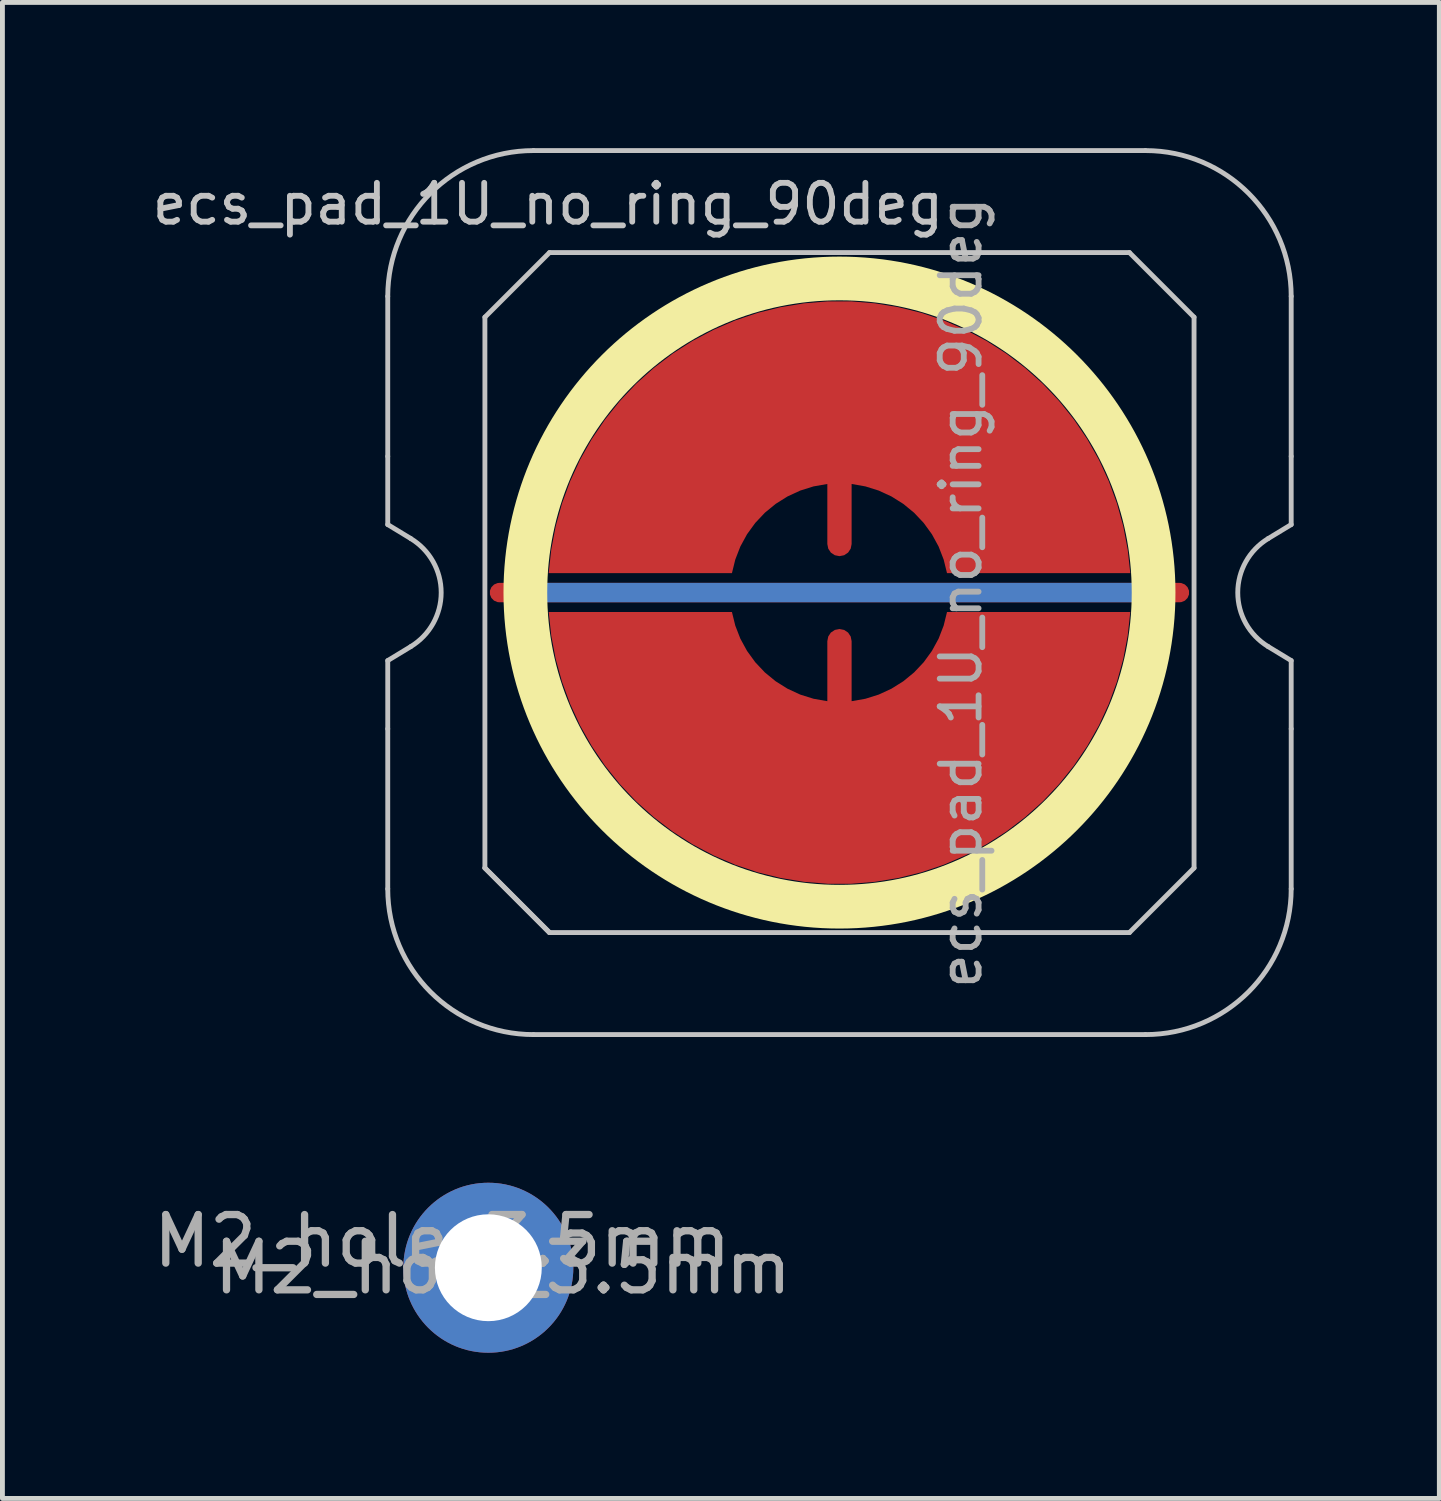
<source format=kicad_pcb>
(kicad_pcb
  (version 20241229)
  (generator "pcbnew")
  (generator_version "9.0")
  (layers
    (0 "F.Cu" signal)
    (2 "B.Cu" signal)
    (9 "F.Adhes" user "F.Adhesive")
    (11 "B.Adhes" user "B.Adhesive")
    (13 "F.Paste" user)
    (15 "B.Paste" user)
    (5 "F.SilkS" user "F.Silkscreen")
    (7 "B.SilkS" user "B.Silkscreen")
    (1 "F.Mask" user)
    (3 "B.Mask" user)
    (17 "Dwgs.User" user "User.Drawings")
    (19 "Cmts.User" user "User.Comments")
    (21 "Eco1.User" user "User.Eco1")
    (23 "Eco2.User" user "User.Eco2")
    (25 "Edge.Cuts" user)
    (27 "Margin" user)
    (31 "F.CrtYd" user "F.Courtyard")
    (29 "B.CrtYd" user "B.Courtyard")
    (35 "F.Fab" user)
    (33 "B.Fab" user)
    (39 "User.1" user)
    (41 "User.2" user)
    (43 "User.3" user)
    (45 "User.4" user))
  (footprint "ecs_pad_1U_no_ring_90deg"
    (layer "F.Cu")
    (at 14.233 9.15)
    (property "Reference" "ecs_pad_1U_no_ring_90deg" (at -6 -8 0) (layer "Dwgs.User") (effects (font (size 0.8 0.8) (thickness 0.12))))
    (attr smd exclude_from_bom)
    (fp_circle (center 0 0) (end 0 6.467) (stroke (width 0.9) (type solid)) (fill no) (layer "F.SilkS"))
    (fp_line (start -9.3 -2.805) (end -9.3 -6.1) (stroke (width 0.1) (type solid)) (layer "Dwgs.User"))
    (fp_line (start -9.3 -1.4) (end -9.3 -2.805) (stroke (width 0.1) (type solid)) (layer "Dwgs.User"))
    (fp_line (start -9.3 1.4) (end -8.824 1.111) (stroke (width 0.1) (type solid)) (layer "Dwgs.User"))
    (fp_line (start -9.3 2.805) (end -9.3 1.4) (stroke (width 0.1) (type solid)) (layer "Dwgs.User"))
    (fp_line (start -9.3 6.1) (end -9.3 2.805) (stroke (width 0.1) (type solid)) (layer "Dwgs.User"))
    (fp_line (start -8.824 -1.111) (end -9.3 -1.4) (stroke (width 0.1) (type solid)) (layer "Dwgs.User"))
    (fp_line (start -7.3 -5.67) (end -5.97 -7) (stroke (width 0.1) (type solid)) (layer "Dwgs.User"))
    (fp_line (start -7.3 5.67) (end -7.3 -5.67) (stroke (width 0.1) (type solid)) (layer "Dwgs.User"))
    (fp_line (start -7.3 5.67) (end -5.97 7) (stroke (width 0.1) (type solid)) (layer "Dwgs.User"))
    (fp_line (start -6.3 -9.1) (end 6.3 -9.1) (stroke (width 0.1) (type solid)) (layer "Dwgs.User"))
    (fp_line (start -5.97 -7) (end 5.97 -7) (stroke (width 0.1) (type solid)) (layer "Dwgs.User"))
    (fp_line (start -5.97 7) (end -7.3 5.67) (stroke (width 0.1) (type solid)) (layer "Dwgs.User"))
    (fp_line (start 5.97 -7) (end 7.3 -5.67) (stroke (width 0.1) (type solid)) (layer "Dwgs.User"))
    (fp_line (start 5.97 7) (end -5.97 7) (stroke (width 0.1) (type solid)) (layer "Dwgs.User"))
    (fp_line (start 6.3 9.1) (end -6.3 9.1) (stroke (width 0.1) (type solid)) (layer "Dwgs.User"))
    (fp_line (start 7.3 -5.67) (end 7.3 5.67) (stroke (width 0.1) (type solid)) (layer "Dwgs.User"))
    (fp_line (start 7.3 5.67) (end 5.97 7) (stroke (width 0.1) (type solid)) (layer "Dwgs.User"))
    (fp_line (start 8.824 1.111) (end 9.3 1.4) (stroke (width 0.1) (type solid)) (layer "Dwgs.User"))
    (fp_line (start 9.3 -6.1) (end 9.3 -2.805) (stroke (width 0.1) (type solid)) (layer "Dwgs.User"))
    (fp_line (start 9.3 -2.805) (end 9.3 -1.4) (stroke (width 0.1) (type solid)) (layer "Dwgs.User"))
    (fp_line (start 9.3 -1.4) (end 8.824 -1.111) (stroke (width 0.1) (type solid)) (layer "Dwgs.User"))
    (fp_line (start 9.3 1.4) (end 9.3 2.805) (stroke (width 0.1) (type solid)) (layer "Dwgs.User"))
    (fp_line (start 9.3 2.805) (end 9.3 6.1) (stroke (width 0.1) (type solid)) (layer "Dwgs.User"))
    (fp_arc (start -9.3 -6.1) (mid -8.42132 -8.22132) (end -6.3 -9.1) (stroke (width 0.1) (type solid)) (layer "Dwgs.User"))
    (fp_arc (start -8.824333 -1.110619) (mid -8.2 0) (end -8.824333 1.110619) (stroke (width 0.1) (type solid)) (layer "Dwgs.User"))
    (fp_arc (start -6.3 9.1) (mid -8.42132 8.22132) (end -9.3 6.1) (stroke (width 0.1) (type solid)) (layer "Dwgs.User"))
    (fp_arc (start 6.3 -9.1) (mid 8.42132 -8.22132) (end 9.3 -6.1) (stroke (width 0.1) (type solid)) (layer "Dwgs.User"))
    (fp_arc (start 8.824333 1.110619) (mid 8.2 0) (end 8.824333 -1.110619) (stroke (width 0.1) (type solid)) (layer "Dwgs.User"))
    (fp_arc (start 9.3 6.1) (mid 8.42132 8.22132) (end 6.3 9.1) (stroke (width 0.1) (type solid)) (layer "Dwgs.User"))
    (fp_text user "${REFERENCE}" (at 2.5 0 270) (layer "F.Fab") (effects (font (size 0.8 0.8) (thickness 0.12))))
    (pad "1" smd custom (at 0 -1 270) (size 0.4 0.4) (layers "F.Cu") (options (anchor circle)) (primitives (gr_poly (pts (xy 0.6 -2.214) (xy 0.32 -2.145) (xy 0.052 -2.041) (xy -0.201 -1.903) (xy -0.434 -1.734) (xy -0.644 -1.536) (xy -0.826 -1.314) (xy -0.979 -1.07) (xy -1.1 -0.808) (xy -1.186 -0.534) (xy -1.236 -0.25) (xy 0 -0.25) (xy 0.096 -0.231) (xy 0.177 -0.177) (xy 0.231 -0.096) (xy 0.25 0) (xy 0.231 0.096) (xy 0.177 0.177) (xy 0.096 0.231) (xy 0 0.25) (xy -1.236 0.25) (xy -1.186 0.534) (xy -1.1 0.808) (xy -0.979 1.07) (xy -0.826 1.314) (xy -0.644 1.536) (xy -0.434 1.734) (xy -0.201 1.903) (xy 0.052 2.041) (xy 0.32 2.145) (xy 0.6 2.214) (xy 0.6 5.987) (xy 0.115 5.934) (xy -0.364 5.843) (xy -0.834 5.713) (xy -1.292 5.545) (xy -1.735 5.341) (xy -2.159 5.101) (xy -2.563 4.827) (xy -2.943 4.522) (xy -3.298 4.187) (xy -3.623 3.824) (xy -3.919 3.436) (xy -4.182 3.025) (xy -4.41 2.594) (xy -4.603 2.147) (xy -4.759 1.684) (xy -4.876 1.211) (xy -4.955 0.73) (xy -4.995 0.244) (xy -4.995 -0.244) (xy -4.955 -0.73) (xy -4.876 -1.211) (xy -4.759 -1.684) (xy -4.603 -2.147) (xy -4.41 -2.594) (xy -4.182 -3.025) (xy -3.919 -3.436) (xy -3.623 -3.824) (xy -3.298 -4.187) (xy -2.943 -4.522) (xy -2.563 -4.827) (xy -2.159 -5.101) (xy -1.735 -5.341) (xy -1.292 -5.545) (xy -0.834 -5.713) (xy -0.364 -5.843) (xy 0.115 -5.934) (xy 0.6 -5.987)) (width 0) (fill yes))))
    (pad "2" smd custom (at 0 1 90) (size 0.4 0.4) (layers "F.Cu") (options (anchor circle)) (primitives (gr_poly (pts (xy 0.6 -2.214) (xy 0.32 -2.145) (xy 0.052 -2.041) (xy -0.201 -1.903) (xy -0.434 -1.734) (xy -0.644 -1.536) (xy -0.826 -1.314) (xy -0.979 -1.07) (xy -1.1 -0.808) (xy -1.186 -0.534) (xy -1.236 -0.25) (xy 0 -0.25) (xy 0.096 -0.231) (xy 0.177 -0.177) (xy 0.231 -0.096) (xy 0.25 0) (xy 0.231 0.096) (xy 0.177 0.177) (xy 0.096 0.231) (xy 0 0.25) (xy -1.236 0.25) (xy -1.186 0.534) (xy -1.1 0.808) (xy -0.979 1.07) (xy -0.826 1.314) (xy -0.644 1.536) (xy -0.434 1.734) (xy -0.201 1.903) (xy 0.052 2.041) (xy 0.32 2.145) (xy 0.6 2.214) (xy 0.6 5.987) (xy 0.115 5.934) (xy -0.364 5.843) (xy -0.834 5.713) (xy -1.292 5.545) (xy -1.735 5.341) (xy -2.159 5.101) (xy -2.563 4.827) (xy -2.943 4.522) (xy -3.298 4.187) (xy -3.623 3.824) (xy -3.919 3.436) (xy -4.182 3.025) (xy -4.41 2.594) (xy -4.603 2.147) (xy -4.759 1.684) (xy -4.876 1.211) (xy -4.955 0.73) (xy -4.995 0.244) (xy -4.995 -0.244) (xy -4.955 -0.73) (xy -4.876 -1.211) (xy -4.759 -1.684) (xy -4.603 -2.147) (xy -4.41 -2.594) (xy -4.182 -3.025) (xy -3.919 -3.436) (xy -3.623 -3.824) (xy -3.298 -4.187) (xy -2.943 -4.522) (xy -2.563 -4.827) (xy -2.159 -5.101) (xy -1.735 -5.341) (xy -1.292 -5.545) (xy -0.834 -5.713) (xy -0.364 -5.843) (xy 0.115 -5.934) (xy 0.6 -5.987)) (width 0) (fill yes))))
    (pad "3" smd custom (at 0 0 270) (size 0.4 0.4) (layers "F.Cu") (options (anchor rect)) (primitives (gr_line (start 0 -7) (end 0 7) (width 0.4))))
    (pad "3" smd custom (at 0 0 270) (size 0.4 0.4) (layers "B.Cu") (options (anchor rect)) (primitives (gr_line (start 0 -6.5) (end 0 6.5) (width 0.4))))
    (zone (net_name "") (layer "F.Cu") (hatch edge 0.508) (connect_pads) (min_thickness 0.254) (filled_areas_thickness no) (keepout (tracks allowed) (vias allowed) (pads allowed) (copperpour not_allowed) (footprints allowed)) (placement (enabled no)) (fill) (polygon (pts (xy 21.238 9.15) (xy 21.219 8.637) (xy 21.163 8.127) (xy 21.07 7.622) (xy 20.939 7.125) (xy 20.773 6.64) (xy 20.572 6.167) (xy 20.336 5.711) (xy 20.068 5.274) (xy 19.768 4.857) (xy 19.439 4.463) (xy 19.082 4.094) (xy 18.698 3.753) (xy 18.291 3.44) (xy 17.862 3.158) (xy 17.413 2.909) (xy 16.948 2.692) (xy 16.468 2.511) (xy 15.975 2.365) (xy 15.474 2.256) (xy 14.966 2.183) (xy 14.453 2.149) (xy 13.94 2.151) (xy 13.428 2.192) (xy 12.921 2.269) (xy 12.42 2.384) (xy 11.93 2.535) (xy 11.451 2.721) (xy 10.988 2.942) (xy 10.542 3.197) (xy 10.116 3.483) (xy 9.712 3.8) (xy 9.332 4.145) (xy 8.979 4.518) (xy 8.654 4.915) (xy 8.359 5.335) (xy 8.095 5.775) (xy 7.864 6.234) (xy 7.668 6.708) (xy 7.507 7.196) (xy 7.382 7.694) (xy 7.293 8.199) (xy 7.242 8.71) (xy 7.229 9.223) (xy 7.253 9.736) (xy 7.315 10.246) (xy 7.414 10.75) (xy 7.549 11.245) (xy 7.72 11.729) (xy 7.927 12.199) (xy 8.167 12.652) (xy 8.44 13.087) (xy 8.744 13.501) (xy 9.077 13.891) (xy 9.438 14.256) (xy 9.825 14.594) (xy 10.236 14.902) (xy 10.668 15.179) (xy 11.119 15.424) (xy 11.587 15.636) (xy 12.069 15.812) (xy 12.562 15.953) (xy 13.065 16.057) (xy 13.574 16.124) (xy 14.087 16.153) (xy 14.6 16.145) (xy 15.111 16.1) (xy 15.618 16.017) (xy 16.117 15.897) (xy 16.606 15.741) (xy 17.082 15.549) (xy 17.544 15.323) (xy 17.987 15.064) (xy 18.41 14.774) (xy 18.81 14.453) (xy 19.187 14.103) (xy 19.536 13.727) (xy 19.857 13.326) (xy 20.148 12.903) (xy 20.407 12.46) (xy 20.633 11.999) (xy 20.824 11.523) (xy 20.98 11.034) (xy 21.1 10.535) (xy 21.183 10.028) (xy 21.229 9.517))))
    (zone (net_name "") (layer "B.Cu") (hatch edge 0.508) (connect_pads) (min_thickness 0.254) (filled_areas_thickness no) (keepout (tracks allowed) (vias allowed) (pads allowed) (copperpour not_allowed) (footprints allowed)) (placement (enabled no)) (fill) (polygon (pts (xy 20.792 9.15) (xy 20.771 8.635) (xy 20.711 8.124) (xy 20.61 7.619) (xy 20.471 7.123) (xy 20.292 6.64) (xy 20.077 6.173) (xy 19.825 5.723) (xy 19.539 5.295) (xy 19.22 4.891) (xy 18.871 4.513) (xy 18.493 4.163) (xy 18.088 3.844) (xy 17.66 3.558) (xy 17.211 3.307) (xy 16.743 3.091) (xy 16.26 2.913) (xy 15.764 2.773) (xy 15.259 2.672) (xy 14.748 2.612) (xy 14.233 2.592) (xy 13.719 2.612) (xy 13.207 2.672) (xy 12.702 2.773) (xy 12.207 2.913) (xy 11.724 3.091) (xy 11.256 3.307) (xy 10.807 3.558) (xy 10.378 3.844) (xy 9.974 4.163) (xy 9.596 4.513) (xy 9.246 4.891) (xy 8.928 5.295) (xy 8.642 5.723) (xy 8.39 6.173) (xy 8.174 6.64) (xy 7.996 7.123) (xy 7.856 7.619) (xy 7.756 8.124) (xy 7.695 8.635) (xy 7.675 9.15) (xy 7.695 9.665) (xy 7.756 10.176) (xy 7.856 10.681) (xy 7.996 11.177) (xy 8.174 11.66) (xy 8.39 12.127) (xy 8.642 12.577) (xy 8.928 13.005) (xy 9.246 13.409) (xy 9.596 13.787) (xy 9.974 14.137) (xy 10.378 14.456) (xy 10.807 14.742) (xy 11.256 14.993) (xy 11.724 15.209) (xy 12.207 15.387) (xy 12.702 15.527) (xy 13.207 15.628) (xy 13.719 15.688) (xy 14.233 15.708) (xy 14.748 15.688) (xy 15.259 15.628) (xy 15.764 15.527) (xy 16.26 15.387) (xy 16.743 15.209) (xy 17.211 14.993) (xy 17.66 14.742) (xy 18.088 14.456) (xy 18.493 14.137) (xy 18.871 13.787) (xy 19.22 13.409) (xy 19.539 13.005) (xy 19.825 12.577) (xy 20.077 12.127) (xy 20.292 11.66) (xy 20.471 11.177) (xy 20.61 10.681) (xy 20.711 10.176) (xy 20.771 9.665)))))
  (footprint "M2_hole_3.5mm"
    (layer "F.Cu")
    (at 7.004 23.05)
    (property "Reference" "M2_hole_3.5mm" (at -0.95 -0.55 0) (layer "F.Fab") (effects (font (size 1 1) (thickness 0.15))))
    (attr exclude_from_pos_files exclude_from_bom)
    (fp_text user "${REFERENCE}" (at 0.3 0 0) (layer "F.Fab") (effects (font (size 1 1) (thickness 0.15))))
    (pad "" thru_hole circle (at 0 0) (size 3.5 3.5) (drill 2.2) (layers "*.Cu" "*.Mask")))
  (gr_rect
    (start -3 -3)
    (end 26.583 27.8)
    (stroke (width 0.1) (type default))
    (fill no)
    (layer "Edge.Cuts")))
</source>
